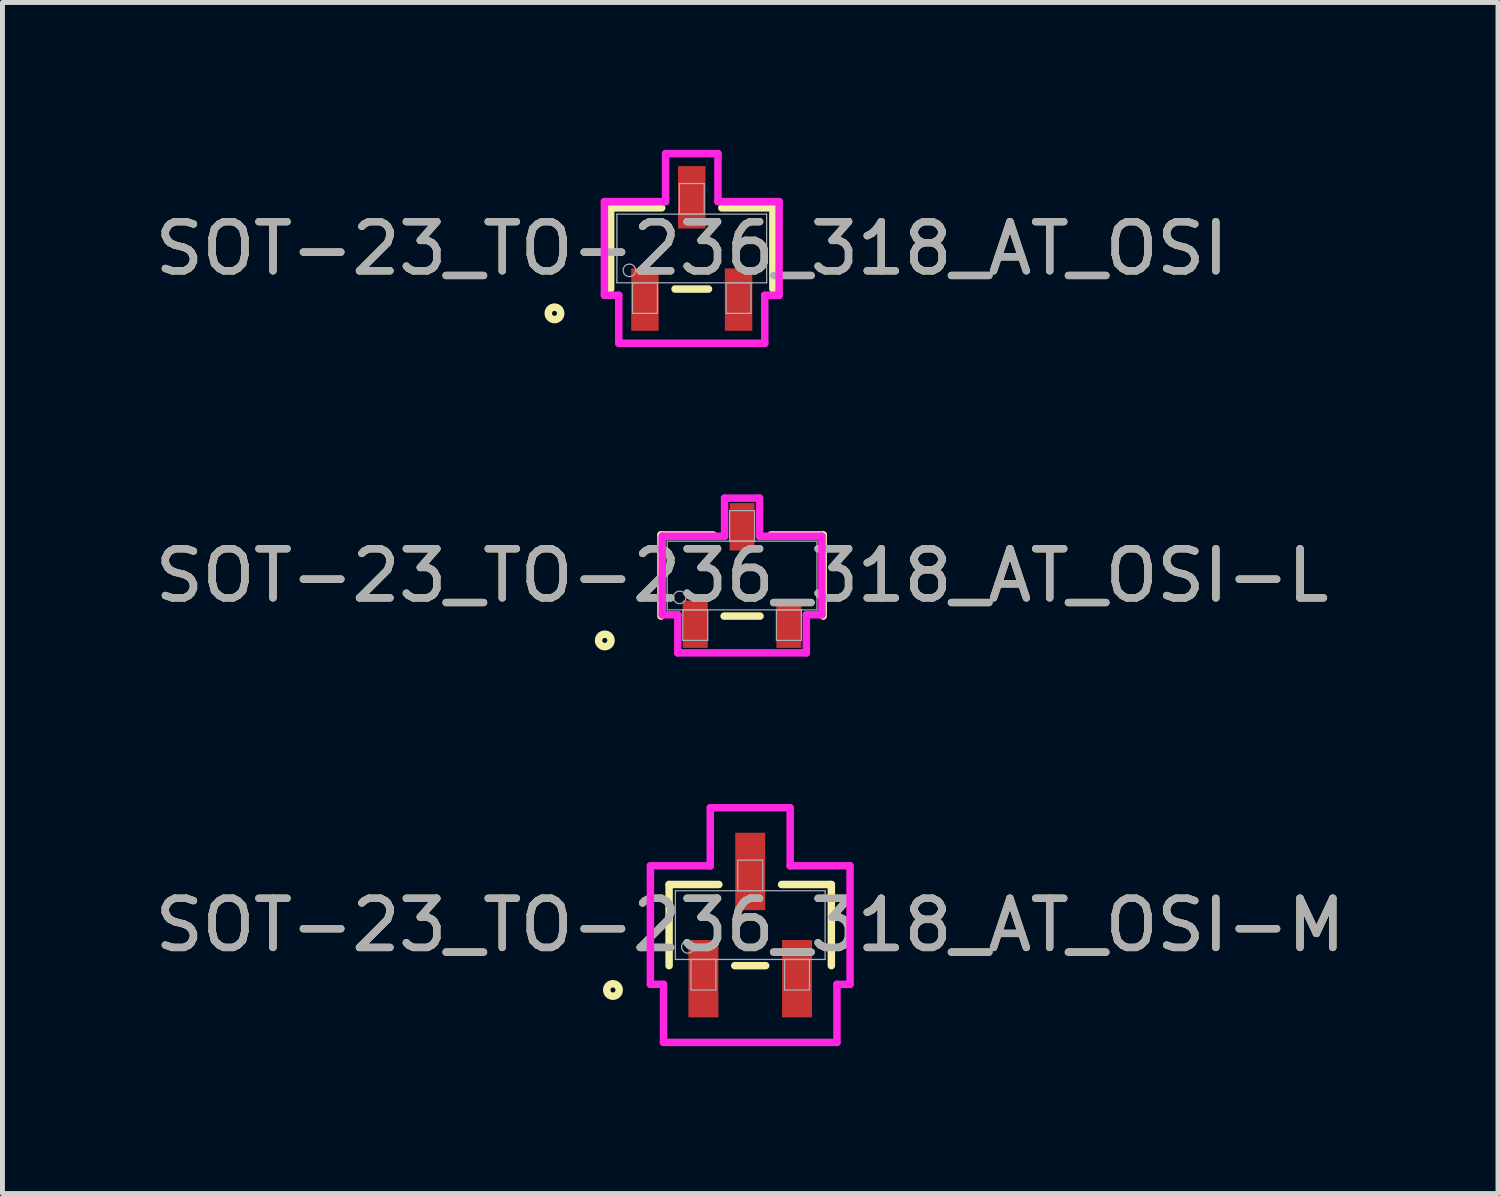
<source format=kicad_pcb>
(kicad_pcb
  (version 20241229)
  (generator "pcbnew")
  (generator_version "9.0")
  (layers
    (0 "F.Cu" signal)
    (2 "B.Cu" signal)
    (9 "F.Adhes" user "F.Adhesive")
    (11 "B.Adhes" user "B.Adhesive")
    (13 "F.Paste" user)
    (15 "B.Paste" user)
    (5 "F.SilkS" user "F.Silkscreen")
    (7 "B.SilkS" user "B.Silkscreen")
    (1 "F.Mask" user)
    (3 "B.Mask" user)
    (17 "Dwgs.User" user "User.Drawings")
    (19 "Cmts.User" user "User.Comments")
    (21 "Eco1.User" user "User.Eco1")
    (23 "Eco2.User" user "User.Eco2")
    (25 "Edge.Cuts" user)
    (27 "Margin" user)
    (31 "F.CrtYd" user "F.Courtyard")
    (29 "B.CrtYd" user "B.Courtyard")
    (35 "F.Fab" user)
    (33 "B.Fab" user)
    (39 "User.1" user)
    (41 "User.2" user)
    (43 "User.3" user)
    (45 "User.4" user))
  (footprint "SOT-23_TO-236_318_AT_OSI-M"
    (layer "F.Cu")
    (at 12.22 15.779)
    (property "Reference" "SOT-23_TO-236_318_AT_OSI-M" (at 0 0 0) (unlocked yes) (layer "F.SilkS") (effects (font (size 1 1) (thickness 0.15))))
    (attr smd)
    (fp_line (start -1.651 -0.826) (end -1.651 0.826) (stroke (width 0.152) (type solid)) (layer "F.SilkS"))
    (fp_line (start -0.638 -0.826) (end -1.651 -0.826) (stroke (width 0.152) (type solid)) (layer "F.SilkS"))
    (fp_line (start -0.315 0.826) (end 0.315 0.826) (stroke (width 0.152) (type solid)) (layer "F.SilkS"))
    (fp_line (start 1.651 -0.826) (end 0.638 -0.826) (stroke (width 0.152) (type solid)) (layer "F.SilkS"))
    (fp_line (start 1.651 0.826) (end 1.651 -0.826) (stroke (width 0.152) (type solid)) (layer "F.SilkS"))
    (fp_circle (center -2.794 1.321) (end -2.667 1.321) (stroke (width 0.152) (type solid)) (fill no) (layer "F.SilkS"))
    (fp_line (start -2.032 -1.206) (end -0.813 -1.206) (stroke (width 0.152) (type solid)) (layer "F.CrtYd"))
    (fp_line (start -2.032 1.206) (end -2.032 -1.206) (stroke (width 0.152) (type solid)) (layer "F.CrtYd"))
    (fp_line (start -2.032 1.206) (end -1.765 1.206) (stroke (width 0.152) (type solid)) (layer "F.CrtYd"))
    (fp_line (start -1.765 1.206) (end -1.765 2.388) (stroke (width 0.152) (type solid)) (layer "F.CrtYd"))
    (fp_line (start -1.765 2.388) (end 1.765 2.388) (stroke (width 0.152) (type solid)) (layer "F.CrtYd"))
    (fp_line (start -0.813 -2.388) (end 0.813 -2.388) (stroke (width 0.152) (type solid)) (layer "F.CrtYd"))
    (fp_line (start -0.813 -1.206) (end -0.813 -2.388) (stroke (width 0.152) (type solid)) (layer "F.CrtYd"))
    (fp_line (start 0.813 -1.206) (end 0.813 -2.388) (stroke (width 0.152) (type solid)) (layer "F.CrtYd"))
    (fp_line (start 1.765 1.206) (end 1.765 2.388) (stroke (width 0.152) (type solid)) (layer "F.CrtYd"))
    (fp_line (start 2.032 -1.206) (end 0.813 -1.206) (stroke (width 0.152) (type solid)) (layer "F.CrtYd"))
    (fp_line (start 2.032 -1.206) (end 2.032 1.206) (stroke (width 0.152) (type solid)) (layer "F.CrtYd"))
    (fp_line (start 2.032 1.206) (end 1.765 1.206) (stroke (width 0.152) (type solid)) (layer "F.CrtYd"))
    (fp_line (start -1.524 -0.699) (end -1.524 0.699) (stroke (width 0.025) (type solid)) (layer "F.Fab"))
    (fp_line (start -1.524 0.699) (end 1.524 0.699) (stroke (width 0.025) (type solid)) (layer "F.Fab"))
    (fp_line (start -1.206 0.699) (end -1.206 1.321) (stroke (width 0.025) (type solid)) (layer "F.Fab"))
    (fp_line (start -1.206 1.321) (end -0.699 1.321) (stroke (width 0.025) (type solid)) (layer "F.Fab"))
    (fp_line (start -0.699 0.699) (end -1.206 0.699) (stroke (width 0.025) (type solid)) (layer "F.Fab"))
    (fp_line (start -0.699 1.321) (end -0.699 0.699) (stroke (width 0.025) (type solid)) (layer "F.Fab"))
    (fp_line (start -0.254 -1.321) (end -0.254 -0.699) (stroke (width 0.025) (type solid)) (layer "F.Fab"))
    (fp_line (start -0.254 -0.699) (end 0.254 -0.699) (stroke (width 0.025) (type solid)) (layer "F.Fab"))
    (fp_line (start 0.254 -1.321) (end -0.254 -1.321) (stroke (width 0.025) (type solid)) (layer "F.Fab"))
    (fp_line (start 0.254 -0.699) (end 0.254 -1.321) (stroke (width 0.025) (type solid)) (layer "F.Fab"))
    (fp_line (start 0.699 0.699) (end 0.699 1.321) (stroke (width 0.025) (type solid)) (layer "F.Fab"))
    (fp_line (start 0.699 1.321) (end 1.206 1.321) (stroke (width 0.025) (type solid)) (layer "F.Fab"))
    (fp_line (start 1.206 0.699) (end 0.699 0.699) (stroke (width 0.025) (type solid)) (layer "F.Fab"))
    (fp_line (start 1.206 1.321) (end 1.206 0.699) (stroke (width 0.025) (type solid)) (layer "F.Fab"))
    (fp_line (start 1.524 -0.699) (end -1.524 -0.699) (stroke (width 0.025) (type solid)) (layer "F.Fab"))
    (fp_line (start 1.524 0.699) (end 1.524 -0.699) (stroke (width 0.025) (type solid)) (layer "F.Fab"))
    (fp_circle (center -1.27 0.445) (end -1.143 0.445) (stroke (width 0.025) (type solid)) (fill no) (layer "F.Fab"))
    (fp_text user "${REFERENCE}" (at 0 0 0) (unlocked yes) (layer "F.Fab") (effects (font (size 1 1) (thickness 0.15))))
    (pad "1" smd rect (at -0.953 1.092) (size 0.61 1.575) (layers "F.Cu" "F.Mask" "F.Paste"))
    (pad "2" smd rect (at 0.953 1.092) (size 0.61 1.575) (layers "F.Cu" "F.Mask" "F.Paste"))
    (pad "3" smd rect (at 0 -1.092) (size 0.61 1.575) (layers "F.Cu" "F.Mask" "F.Paste")))
  (footprint "SOT-23_TO-236_318_AT_OSI"
    (layer "F.Cu")
    (at 11.03 2.007)
    (property "Reference" "SOT-23_TO-236_318_AT_OSI" (at 0 0 0) (unlocked yes) (layer "F.SilkS") (effects (font (size 1 1) (thickness 0.15))))
    (attr smd)
    (fp_line (start -1.651 -0.826) (end -1.651 0.826) (stroke (width 0.152) (type solid)) (layer "F.SilkS"))
    (fp_line (start -0.612 -0.826) (end -1.651 -0.826) (stroke (width 0.152) (type solid)) (layer "F.SilkS"))
    (fp_line (start -0.34 0.826) (end 0.34 0.826) (stroke (width 0.152) (type solid)) (layer "F.SilkS"))
    (fp_line (start 1.651 -0.826) (end 0.612 -0.826) (stroke (width 0.152) (type solid)) (layer "F.SilkS"))
    (fp_line (start 1.651 0.826) (end 1.651 -0.826) (stroke (width 0.152) (type solid)) (layer "F.SilkS"))
    (fp_circle (center -2.794 1.321) (end -2.667 1.321) (stroke (width 0.152) (type solid)) (fill no) (layer "F.SilkS"))
    (fp_line (start -1.778 -0.953) (end -0.533 -0.953) (stroke (width 0.152) (type solid)) (layer "F.CrtYd"))
    (fp_line (start -1.778 0.953) (end -1.778 -0.953) (stroke (width 0.152) (type solid)) (layer "F.CrtYd"))
    (fp_line (start -1.778 0.953) (end -1.486 0.953) (stroke (width 0.152) (type solid)) (layer "F.CrtYd"))
    (fp_line (start -1.486 0.953) (end -1.486 1.93) (stroke (width 0.152) (type solid)) (layer "F.CrtYd"))
    (fp_line (start -1.486 1.93) (end 1.486 1.93) (stroke (width 0.152) (type solid)) (layer "F.CrtYd"))
    (fp_line (start -0.533 -1.93) (end 0.533 -1.93) (stroke (width 0.152) (type solid)) (layer "F.CrtYd"))
    (fp_line (start -0.533 -0.953) (end -0.533 -1.93) (stroke (width 0.152) (type solid)) (layer "F.CrtYd"))
    (fp_line (start 0.533 -0.953) (end 0.533 -1.93) (stroke (width 0.152) (type solid)) (layer "F.CrtYd"))
    (fp_line (start 1.486 0.953) (end 1.486 1.93) (stroke (width 0.152) (type solid)) (layer "F.CrtYd"))
    (fp_line (start 1.778 -0.953) (end 0.533 -0.953) (stroke (width 0.152) (type solid)) (layer "F.CrtYd"))
    (fp_line (start 1.778 -0.953) (end 1.778 0.953) (stroke (width 0.152) (type solid)) (layer "F.CrtYd"))
    (fp_line (start 1.778 0.953) (end 1.486 0.953) (stroke (width 0.152) (type solid)) (layer "F.CrtYd"))
    (fp_line (start -1.524 -0.699) (end -1.524 0.699) (stroke (width 0.025) (type solid)) (layer "F.Fab"))
    (fp_line (start -1.524 0.699) (end 1.524 0.699) (stroke (width 0.025) (type solid)) (layer "F.Fab"))
    (fp_line (start -1.206 0.699) (end -1.206 1.321) (stroke (width 0.025) (type solid)) (layer "F.Fab"))
    (fp_line (start -1.206 1.321) (end -0.699 1.321) (stroke (width 0.025) (type solid)) (layer "F.Fab"))
    (fp_line (start -0.699 0.699) (end -1.206 0.699) (stroke (width 0.025) (type solid)) (layer "F.Fab"))
    (fp_line (start -0.699 1.321) (end -0.699 0.699) (stroke (width 0.025) (type solid)) (layer "F.Fab"))
    (fp_line (start -0.254 -1.321) (end -0.254 -0.699) (stroke (width 0.025) (type solid)) (layer "F.Fab"))
    (fp_line (start -0.254 -0.699) (end 0.254 -0.699) (stroke (width 0.025) (type solid)) (layer "F.Fab"))
    (fp_line (start 0.254 -1.321) (end -0.254 -1.321) (stroke (width 0.025) (type solid)) (layer "F.Fab"))
    (fp_line (start 0.254 -0.699) (end 0.254 -1.321) (stroke (width 0.025) (type solid)) (layer "F.Fab"))
    (fp_line (start 0.699 0.699) (end 0.699 1.321) (stroke (width 0.025) (type solid)) (layer "F.Fab"))
    (fp_line (start 0.699 1.321) (end 1.206 1.321) (stroke (width 0.025) (type solid)) (layer "F.Fab"))
    (fp_line (start 1.206 0.699) (end 0.699 0.699) (stroke (width 0.025) (type solid)) (layer "F.Fab"))
    (fp_line (start 1.206 1.321) (end 1.206 0.699) (stroke (width 0.025) (type solid)) (layer "F.Fab"))
    (fp_line (start 1.524 -0.699) (end -1.524 -0.699) (stroke (width 0.025) (type solid)) (layer "F.Fab"))
    (fp_line (start 1.524 0.699) (end 1.524 -0.699) (stroke (width 0.025) (type solid)) (layer "F.Fab"))
    (fp_circle (center -1.27 0.445) (end -1.143 0.445) (stroke (width 0.025) (type solid)) (fill no) (layer "F.Fab"))
    (fp_text user "${REFERENCE}" (at 0 0 0) (unlocked yes) (layer "F.Fab") (effects (font (size 1 1) (thickness 0.15))))
    (pad "1" smd rect (at -0.953 1.041) (size 0.559 1.27) (layers "F.Cu" "F.Mask" "F.Paste"))
    (pad "2" smd rect (at 0.953 1.041) (size 0.559 1.27) (layers "F.Cu" "F.Mask" "F.Paste"))
    (pad "3" smd rect (at 0 -1.041) (size 0.559 1.27) (layers "F.Cu" "F.Mask" "F.Paste")))
  (footprint "SOT-23_TO-236_318_AT_OSI-L"
    (layer "F.Cu")
    (at 12.054 8.664)
    (property "Reference" "SOT-23_TO-236_318_AT_OSI-L" (at 0 0 0) (unlocked yes) (layer "F.SilkS") (effects (font (size 1 1) (thickness 0.15))))
    (attr smd)
    (fp_line (start -1.651 -0.826) (end -1.651 0.826) (stroke (width 0.152) (type solid)) (layer "F.SilkS"))
    (fp_line (start -0.587 -0.826) (end -1.651 -0.826) (stroke (width 0.152) (type solid)) (layer "F.SilkS"))
    (fp_line (start -0.366 0.826) (end 0.366 0.826) (stroke (width 0.152) (type solid)) (layer "F.SilkS"))
    (fp_line (start 1.651 -0.826) (end 0.587 -0.826) (stroke (width 0.152) (type solid)) (layer "F.SilkS"))
    (fp_line (start 1.651 0.826) (end 1.651 -0.826) (stroke (width 0.152) (type solid)) (layer "F.SilkS"))
    (fp_circle (center -2.794 1.321) (end -2.667 1.321) (stroke (width 0.152) (type solid)) (fill no) (layer "F.SilkS"))
    (fp_line (start -1.626 -0.8) (end -0.356 -0.8) (stroke (width 0.152) (type solid)) (layer "F.CrtYd"))
    (fp_line (start -1.626 0.8) (end -1.626 -0.8) (stroke (width 0.152) (type solid)) (layer "F.CrtYd"))
    (fp_line (start -1.626 0.8) (end -1.308 0.8) (stroke (width 0.152) (type solid)) (layer "F.CrtYd"))
    (fp_line (start -1.308 0.8) (end -1.308 1.575) (stroke (width 0.152) (type solid)) (layer "F.CrtYd"))
    (fp_line (start -1.308 1.575) (end 1.308 1.575) (stroke (width 0.152) (type solid)) (layer "F.CrtYd"))
    (fp_line (start -0.356 -1.575) (end 0.356 -1.575) (stroke (width 0.152) (type solid)) (layer "F.CrtYd"))
    (fp_line (start -0.356 -0.8) (end -0.356 -1.575) (stroke (width 0.152) (type solid)) (layer "F.CrtYd"))
    (fp_line (start 0.356 -0.8) (end 0.356 -1.575) (stroke (width 0.152) (type solid)) (layer "F.CrtYd"))
    (fp_line (start 1.308 0.8) (end 1.308 1.575) (stroke (width 0.152) (type solid)) (layer "F.CrtYd"))
    (fp_line (start 1.626 -0.8) (end 0.356 -0.8) (stroke (width 0.152) (type solid)) (layer "F.CrtYd"))
    (fp_line (start 1.626 -0.8) (end 1.626 0.8) (stroke (width 0.152) (type solid)) (layer "F.CrtYd"))
    (fp_line (start 1.626 0.8) (end 1.308 0.8) (stroke (width 0.152) (type solid)) (layer "F.CrtYd"))
    (fp_line (start -1.524 -0.699) (end -1.524 0.699) (stroke (width 0.025) (type solid)) (layer "F.Fab"))
    (fp_line (start -1.524 0.699) (end 1.524 0.699) (stroke (width 0.025) (type solid)) (layer "F.Fab"))
    (fp_line (start -1.206 0.699) (end -1.206 1.321) (stroke (width 0.025) (type solid)) (layer "F.Fab"))
    (fp_line (start -1.206 1.321) (end -0.699 1.321) (stroke (width 0.025) (type solid)) (layer "F.Fab"))
    (fp_line (start -0.699 0.699) (end -1.206 0.699) (stroke (width 0.025) (type solid)) (layer "F.Fab"))
    (fp_line (start -0.699 1.321) (end -0.699 0.699) (stroke (width 0.025) (type solid)) (layer "F.Fab"))
    (fp_line (start -0.254 -1.321) (end -0.254 -0.699) (stroke (width 0.025) (type solid)) (layer "F.Fab"))
    (fp_line (start -0.254 -0.699) (end 0.254 -0.699) (stroke (width 0.025) (type solid)) (layer "F.Fab"))
    (fp_line (start 0.254 -1.321) (end -0.254 -1.321) (stroke (width 0.025) (type solid)) (layer "F.Fab"))
    (fp_line (start 0.254 -0.699) (end 0.254 -1.321) (stroke (width 0.025) (type solid)) (layer "F.Fab"))
    (fp_line (start 0.699 0.699) (end 0.699 1.321) (stroke (width 0.025) (type solid)) (layer "F.Fab"))
    (fp_line (start 0.699 1.321) (end 1.206 1.321) (stroke (width 0.025) (type solid)) (layer "F.Fab"))
    (fp_line (start 1.206 0.699) (end 0.699 0.699) (stroke (width 0.025) (type solid)) (layer "F.Fab"))
    (fp_line (start 1.206 1.321) (end 1.206 0.699) (stroke (width 0.025) (type solid)) (layer "F.Fab"))
    (fp_line (start 1.524 -0.699) (end -1.524 -0.699) (stroke (width 0.025) (type solid)) (layer "F.Fab"))
    (fp_line (start 1.524 0.699) (end 1.524 -0.699) (stroke (width 0.025) (type solid)) (layer "F.Fab"))
    (fp_circle (center -1.27 0.445) (end -1.143 0.445) (stroke (width 0.025) (type solid)) (fill no) (layer "F.Fab"))
    (fp_text user "${REFERENCE}" (at 0 0 0) (unlocked yes) (layer "F.Fab") (effects (font (size 1 1) (thickness 0.15))))
    (pad "1" smd rect (at -0.953 0.991) (size 0.508 0.965) (layers "F.Cu" "F.Mask" "F.Paste"))
    (pad "2" smd rect (at 0.953 0.991) (size 0.508 0.965) (layers "F.Cu" "F.Mask" "F.Paste"))
    (pad "3" smd rect (at 0 -0.991) (size 0.508 0.965) (layers "F.Cu" "F.Mask" "F.Paste")))
  (gr_rect
    (start -3 -3)
    (end 27.44 21.243)
    (stroke (width 0.1) (type default))
    (fill no)
    (layer "Edge.Cuts")))
</source>
